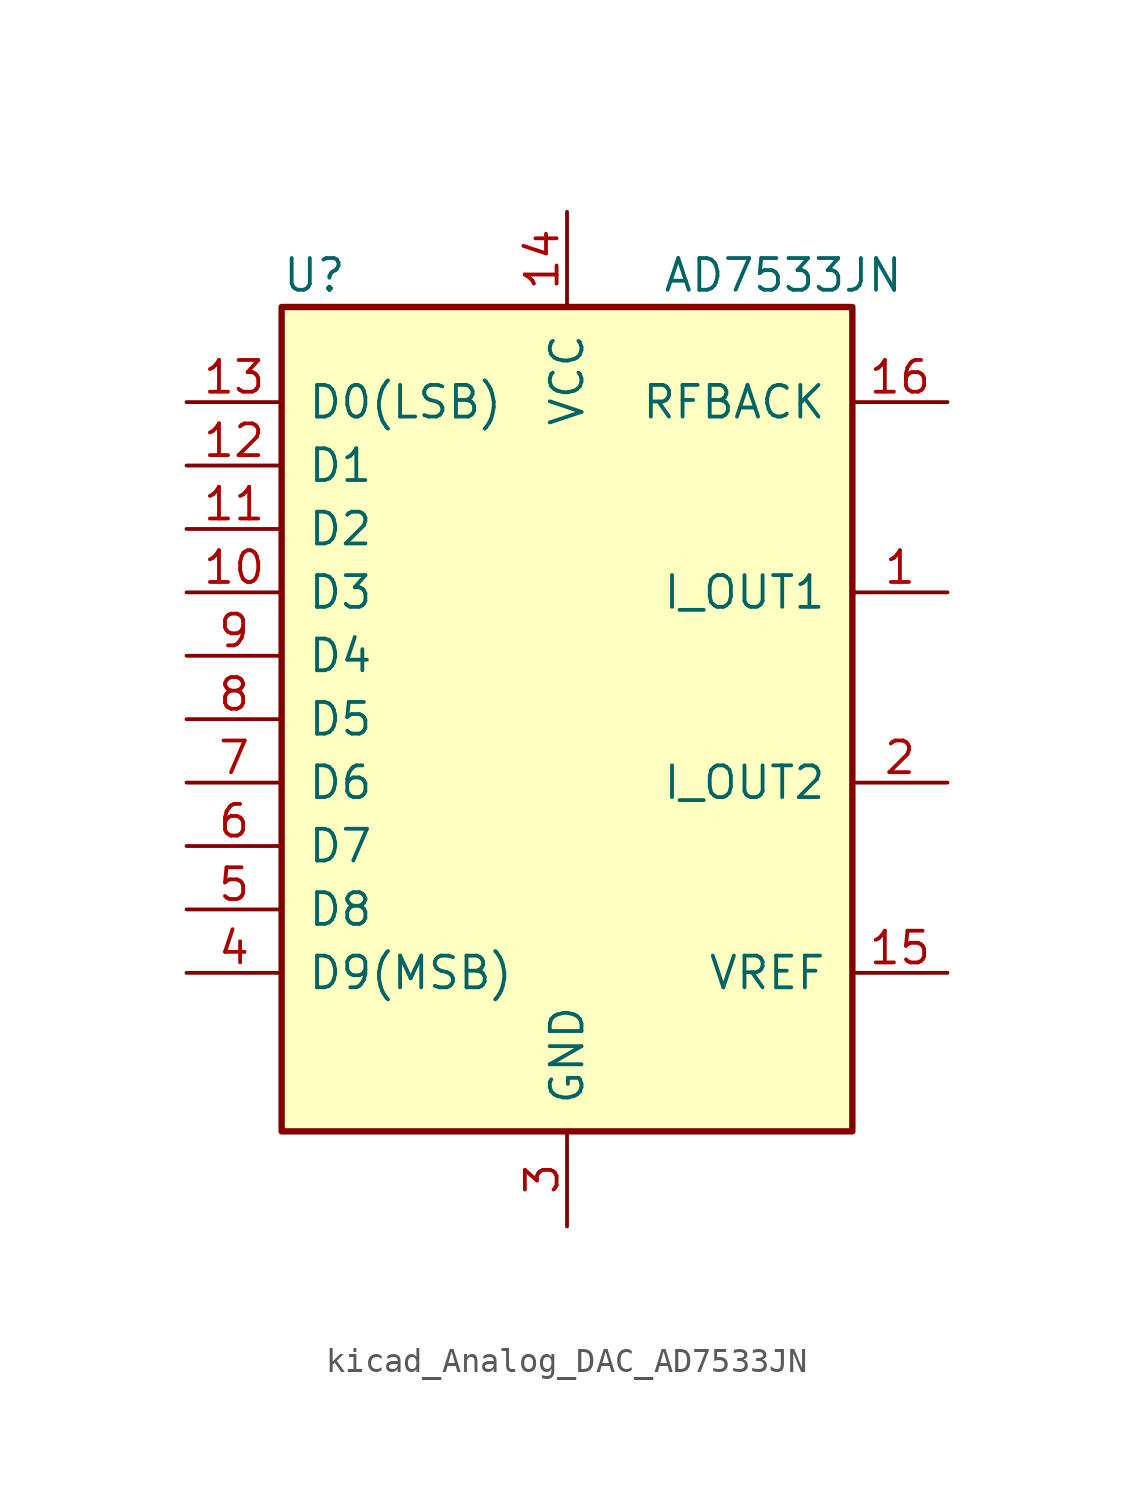
<source format=kicad_sym>
(kicad_symbol_lib
  (version 20220914)
  (generator kicad_symbol_editor)
  (symbol "kicad_Analog_DAC_AD7533JN"
    (pin_names
      (offset 1.016))
    (property "Reference" "U"
      (at -11.43 17.78 0)
      (effects (font (size 1.27 1.27)) (justify left)))
    (property "Value" "AD7533JN"
      (at 3.81 17.78 0)
      (effects (font (size 1.27 1.27)) (justify left)))
    (symbol "kicad_Analog_DAC_AD7533JN_0_1"
      (rectangle (start -11.43 -16.51) (end 11.43 16.51) (stroke (width 0.254) (type default)) (fill (type background))))
    (symbol "kicad_Analog_DAC_AD7533JN_1_1"
      (pin passive line (at 15.24 5.08 180) (length 3.81) (name "I_OUT1" (effects (font (size 1.27 1.27)))) (number "1" (effects (font (size 1.27 1.27)))))
      (pin input line (at -15.24 5.08 0) (length 3.81) (name "D3" (effects (font (size 1.27 1.27)))) (number "10" (effects (font (size 1.27 1.27)))))
      (pin input line (at -15.24 7.62 0) (length 3.81) (name "D2" (effects (font (size 1.27 1.27)))) (number "11" (effects (font (size 1.27 1.27)))))
      (pin input line (at -15.24 10.16 0) (length 3.81) (name "D1" (effects (font (size 1.27 1.27)))) (number "12" (effects (font (size 1.27 1.27)))))
      (pin input line (at -15.24 12.7 0) (length 3.81) (name "D0(LSB)" (effects (font (size 1.27 1.27)))) (number "13" (effects (font (size 1.27 1.27)))))
      (pin power_in line (at 0 20.32 270) (length 3.81) (name "VCC" (effects (font (size 1.27 1.27)))) (number "14" (effects (font (size 1.27 1.27)))))
      (pin passive line (at 15.24 -10.16 180) (length 3.81) (name "VREF" (effects (font (size 1.27 1.27)))) (number "15" (effects (font (size 1.27 1.27)))))
      (pin passive line (at 15.24 12.7 180) (length 3.81) (name "RFBACK" (effects (font (size 1.27 1.27)))) (number "16" (effects (font (size 1.27 1.27)))))
      (pin passive line (at 15.24 -2.54 180) (length 3.81) (name "I_OUT2" (effects (font (size 1.27 1.27)))) (number "2" (effects (font (size 1.27 1.27)))))
      (pin power_in line (at 0 -20.32 90) (length 3.81) (name "GND" (effects (font (size 1.27 1.27)))) (number "3" (effects (font (size 1.27 1.27)))))
      (pin input line (at -15.24 -10.16 0) (length 3.81) (name "D9(MSB)" (effects (font (size 1.27 1.27)))) (number "4" (effects (font (size 1.27 1.27)))))
      (pin input line (at -15.24 -7.62 0) (length 3.81) (name "D8" (effects (font (size 1.27 1.27)))) (number "5" (effects (font (size 1.27 1.27)))))
      (pin input line (at -15.24 -5.08 0) (length 3.81) (name "D7" (effects (font (size 1.27 1.27)))) (number "6" (effects (font (size 1.27 1.27)))))
      (pin input line (at -15.24 -2.54 0) (length 3.81) (name "D6" (effects (font (size 1.27 1.27)))) (number "7" (effects (font (size 1.27 1.27)))))
      (pin input line (at -15.24 0 0) (length 3.81) (name "D5" (effects (font (size 1.27 1.27)))) (number "8" (effects (font (size 1.27 1.27)))))
      (pin input line (at -15.24 2.54 0) (length 3.81) (name "D4" (effects (font (size 1.27 1.27)))) (number "9" (effects (font (size 1.27 1.27))))))))
</source>
